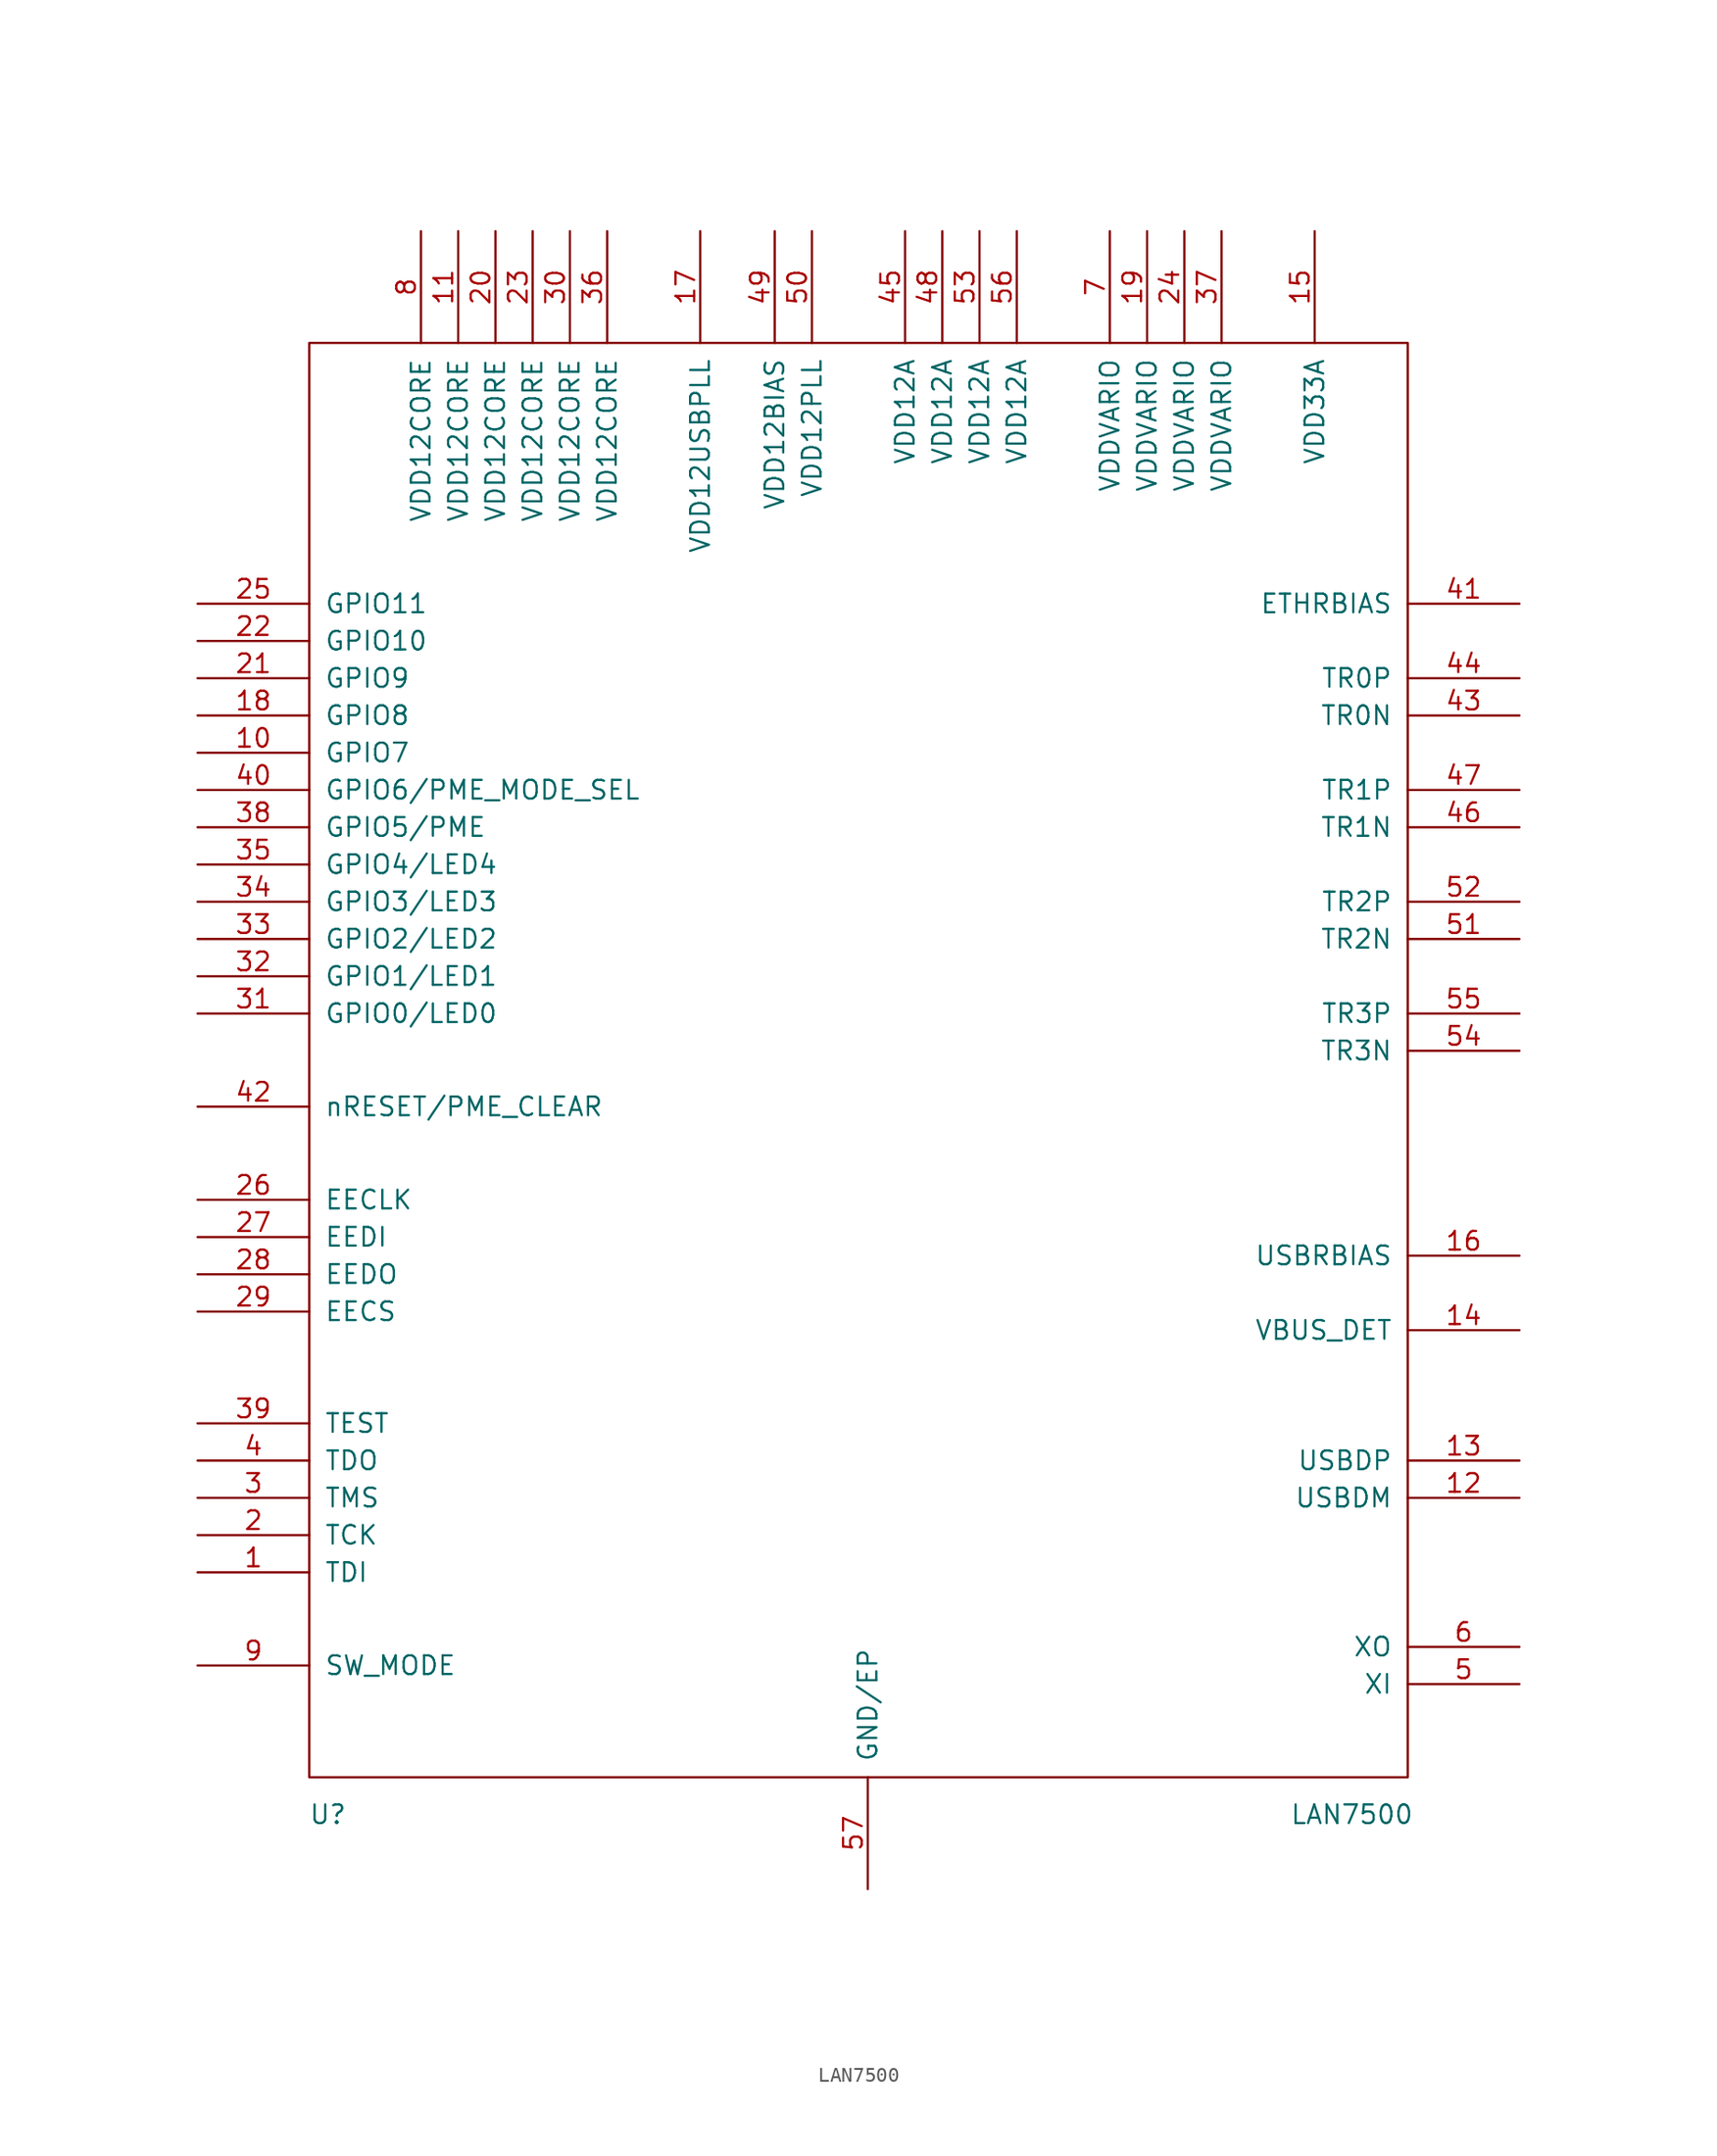
<source format=kicad_sym>
(kicad_symbol_lib
  (version 20211014)
  (generator kicad_symbol_editor)
  (symbol "LAN7500"
    (pin_names
      (offset 1.016))
    (property "Reference" "U"
      (at -36.83 -53.34 0)
      (effects (font (size 1.27 1.27))))
    (property "Value" "LAN7500"
      (at 33.02 -53.34 0)
      (effects (font (size 1.27 1.27))))
    (symbol "LAN7500_1_0"
      (rectangle (start -38.1 -50.8) (end 36.83 46.99) (stroke (width 0) (type default) (color 0 0 0 0)) (fill (type none))))
    (symbol "LAN7500_1_1"
      (pin input line (at -45.72 -36.83 0) (length 7.62) (name "TDI" (effects (font (size 1.27 1.27)))) (number "1" (effects (font (size 1.27 1.27)))))
      (pin input line (at -45.72 19.05 0) (length 7.62) (name "GPIO7" (effects (font (size 1.27 1.27)))) (number "10" (effects (font (size 1.27 1.27)))))
      (pin input line (at -27.94 54.61 270) (length 7.62) (name "VDD12CORE" (effects (font (size 1.27 1.27)))) (number "11" (effects (font (size 1.27 1.27)))))
      (pin bidirectional line (at 44.45 -31.75 180) (length 7.62) (name "USBDM" (effects (font (size 1.27 1.27)))) (number "12" (effects (font (size 1.27 1.27)))))
      (pin bidirectional line (at 44.45 -29.21 180) (length 7.62) (name "USBDP" (effects (font (size 1.27 1.27)))) (number "13" (effects (font (size 1.27 1.27)))))
      (pin input line (at 44.45 -20.32 180) (length 7.62) (name "VBUS_DET" (effects (font (size 1.27 1.27)))) (number "14" (effects (font (size 1.27 1.27)))))
      (pin input line (at 30.48 54.61 270) (length 7.62) (name "VDD33A" (effects (font (size 1.27 1.27)))) (number "15" (effects (font (size 1.27 1.27)))))
      (pin input line (at 44.45 -15.24 180) (length 7.62) (name "USBRBIAS" (effects (font (size 1.27 1.27)))) (number "16" (effects (font (size 1.27 1.27)))))
      (pin input line (at -11.43 54.61 270) (length 7.62) (name "VDD12USBPLL" (effects (font (size 1.27 1.27)))) (number "17" (effects (font (size 1.27 1.27)))))
      (pin input line (at -45.72 21.59 0) (length 7.62) (name "GPIO8" (effects (font (size 1.27 1.27)))) (number "18" (effects (font (size 1.27 1.27)))))
      (pin input line (at 19.05 54.61 270) (length 7.62) (name "VDDVARIO" (effects (font (size 1.27 1.27)))) (number "19" (effects (font (size 1.27 1.27)))))
      (pin input line (at -45.72 -34.29 0) (length 7.62) (name "TCK" (effects (font (size 1.27 1.27)))) (number "2" (effects (font (size 1.27 1.27)))))
      (pin input line (at -25.4 54.61 270) (length 7.62) (name "VDD12CORE" (effects (font (size 1.27 1.27)))) (number "20" (effects (font (size 1.27 1.27)))))
      (pin input line (at -45.72 24.13 0) (length 7.62) (name "GPIO9" (effects (font (size 1.27 1.27)))) (number "21" (effects (font (size 1.27 1.27)))))
      (pin input line (at -45.72 26.67 0) (length 7.62) (name "GPIO10" (effects (font (size 1.27 1.27)))) (number "22" (effects (font (size 1.27 1.27)))))
      (pin input line (at -22.86 54.61 270) (length 7.62) (name "VDD12CORE" (effects (font (size 1.27 1.27)))) (number "23" (effects (font (size 1.27 1.27)))))
      (pin input line (at 21.59 54.61 270) (length 7.62) (name "VDDVARIO" (effects (font (size 1.27 1.27)))) (number "24" (effects (font (size 1.27 1.27)))))
      (pin input line (at -45.72 29.21 0) (length 7.62) (name "GPIO11" (effects (font (size 1.27 1.27)))) (number "25" (effects (font (size 1.27 1.27)))))
      (pin output line (at -45.72 -11.43 0) (length 7.62) (name "EECLK" (effects (font (size 1.27 1.27)))) (number "26" (effects (font (size 1.27 1.27)))))
      (pin input line (at -45.72 -13.97 0) (length 7.62) (name "EEDI" (effects (font (size 1.27 1.27)))) (number "27" (effects (font (size 1.27 1.27)))))
      (pin output line (at -45.72 -16.51 0) (length 7.62) (name "EEDO" (effects (font (size 1.27 1.27)))) (number "28" (effects (font (size 1.27 1.27)))))
      (pin output line (at -45.72 -19.05 0) (length 7.62) (name "EECS" (effects (font (size 1.27 1.27)))) (number "29" (effects (font (size 1.27 1.27)))))
      (pin input line (at -45.72 -31.75 0) (length 7.62) (name "TMS" (effects (font (size 1.27 1.27)))) (number "3" (effects (font (size 1.27 1.27)))))
      (pin input line (at -20.32 54.61 270) (length 7.62) (name "VDD12CORE" (effects (font (size 1.27 1.27)))) (number "30" (effects (font (size 1.27 1.27)))))
      (pin input line (at -45.72 1.27 0) (length 7.62) (name "GPIO0/LED0" (effects (font (size 1.27 1.27)))) (number "31" (effects (font (size 1.27 1.27)))))
      (pin input line (at -45.72 3.81 0) (length 7.62) (name "GPIO1/LED1" (effects (font (size 1.27 1.27)))) (number "32" (effects (font (size 1.27 1.27)))))
      (pin input line (at -45.72 6.35 0) (length 7.62) (name "GPIO2/LED2" (effects (font (size 1.27 1.27)))) (number "33" (effects (font (size 1.27 1.27)))))
      (pin input line (at -45.72 8.89 0) (length 7.62) (name "GPIO3/LED3" (effects (font (size 1.27 1.27)))) (number "34" (effects (font (size 1.27 1.27)))))
      (pin input line (at -45.72 11.43 0) (length 7.62) (name "GPIO4/LED4" (effects (font (size 1.27 1.27)))) (number "35" (effects (font (size 1.27 1.27)))))
      (pin input line (at -17.78 54.61 270) (length 7.62) (name "VDD12CORE" (effects (font (size 1.27 1.27)))) (number "36" (effects (font (size 1.27 1.27)))))
      (pin input line (at 24.13 54.61 270) (length 7.62) (name "VDDVARIO" (effects (font (size 1.27 1.27)))) (number "37" (effects (font (size 1.27 1.27)))))
      (pin input line (at -45.72 13.97 0) (length 7.62) (name "GPIO5/PME" (effects (font (size 1.27 1.27)))) (number "38" (effects (font (size 1.27 1.27)))))
      (pin input line (at -45.72 -26.67 0) (length 7.62) (name "TEST" (effects (font (size 1.27 1.27)))) (number "39" (effects (font (size 1.27 1.27)))))
      (pin input line (at -45.72 -29.21 0) (length 7.62) (name "TDO" (effects (font (size 1.27 1.27)))) (number "4" (effects (font (size 1.27 1.27)))))
      (pin input line (at -45.72 16.51 0) (length 7.62) (name "GPIO6/PME_MODE_SEL" (effects (font (size 1.27 1.27)))) (number "40" (effects (font (size 1.27 1.27)))))
      (pin input line (at 44.45 29.21 180) (length 7.62) (name "ETHRBIAS" (effects (font (size 1.27 1.27)))) (number "41" (effects (font (size 1.27 1.27)))))
      (pin input line (at -45.72 -5.08 0) (length 7.62) (name "nRESET/PME_CLEAR" (effects (font (size 1.27 1.27)))) (number "42" (effects (font (size 1.27 1.27)))))
      (pin input line (at 44.45 21.59 180) (length 7.62) (name "TR0N" (effects (font (size 1.27 1.27)))) (number "43" (effects (font (size 1.27 1.27)))))
      (pin input line (at 44.45 24.13 180) (length 7.62) (name "TR0P" (effects (font (size 1.27 1.27)))) (number "44" (effects (font (size 1.27 1.27)))))
      (pin input line (at 2.54 54.61 270) (length 7.62) (name "VDD12A" (effects (font (size 1.27 1.27)))) (number "45" (effects (font (size 1.27 1.27)))))
      (pin input line (at 44.45 13.97 180) (length 7.62) (name "TR1N" (effects (font (size 1.27 1.27)))) (number "46" (effects (font (size 1.27 1.27)))))
      (pin input line (at 44.45 16.51 180) (length 7.62) (name "TR1P" (effects (font (size 1.27 1.27)))) (number "47" (effects (font (size 1.27 1.27)))))
      (pin input line (at 5.08 54.61 270) (length 7.62) (name "VDD12A" (effects (font (size 1.27 1.27)))) (number "48" (effects (font (size 1.27 1.27)))))
      (pin input line (at -6.35 54.61 270) (length 7.62) (name "VDD12BIAS" (effects (font (size 1.27 1.27)))) (number "49" (effects (font (size 1.27 1.27)))))
      (pin input line (at 44.45 -44.45 180) (length 7.62) (name "XI" (effects (font (size 1.27 1.27)))) (number "5" (effects (font (size 1.27 1.27)))))
      (pin input line (at -3.81 54.61 270) (length 7.62) (name "VDD12PLL" (effects (font (size 1.27 1.27)))) (number "50" (effects (font (size 1.27 1.27)))))
      (pin input line (at 44.45 6.35 180) (length 7.62) (name "TR2N" (effects (font (size 1.27 1.27)))) (number "51" (effects (font (size 1.27 1.27)))))
      (pin input line (at 44.45 8.89 180) (length 7.62) (name "TR2P" (effects (font (size 1.27 1.27)))) (number "52" (effects (font (size 1.27 1.27)))))
      (pin input line (at 7.62 54.61 270) (length 7.62) (name "VDD12A" (effects (font (size 1.27 1.27)))) (number "53" (effects (font (size 1.27 1.27)))))
      (pin input line (at 44.45 -1.27 180) (length 7.62) (name "TR3N" (effects (font (size 1.27 1.27)))) (number "54" (effects (font (size 1.27 1.27)))))
      (pin input line (at 44.45 1.27 180) (length 7.62) (name "TR3P" (effects (font (size 1.27 1.27)))) (number "55" (effects (font (size 1.27 1.27)))))
      (pin input line (at 10.16 54.61 270) (length 7.62) (name "VDD12A" (effects (font (size 1.27 1.27)))) (number "56" (effects (font (size 1.27 1.27)))))
      (pin input line (at 0 -58.42 90) (length 7.62) (name "GND/EP" (effects (font (size 1.27 1.27)))) (number "57" (effects (font (size 1.27 1.27)))))
      (pin input line (at 44.45 -41.91 180) (length 7.62) (name "XO" (effects (font (size 1.27 1.27)))) (number "6" (effects (font (size 1.27 1.27)))))
      (pin input line (at 16.51 54.61 270) (length 7.62) (name "VDDVARIO" (effects (font (size 1.27 1.27)))) (number "7" (effects (font (size 1.27 1.27)))))
      (pin input line (at -30.48 54.61 270) (length 7.62) (name "VDD12CORE" (effects (font (size 1.27 1.27)))) (number "8" (effects (font (size 1.27 1.27)))))
      (pin input line (at -45.72 -43.18 0) (length 7.62) (name "SW_MODE" (effects (font (size 1.27 1.27)))) (number "9" (effects (font (size 1.27 1.27))))))))
</source>
